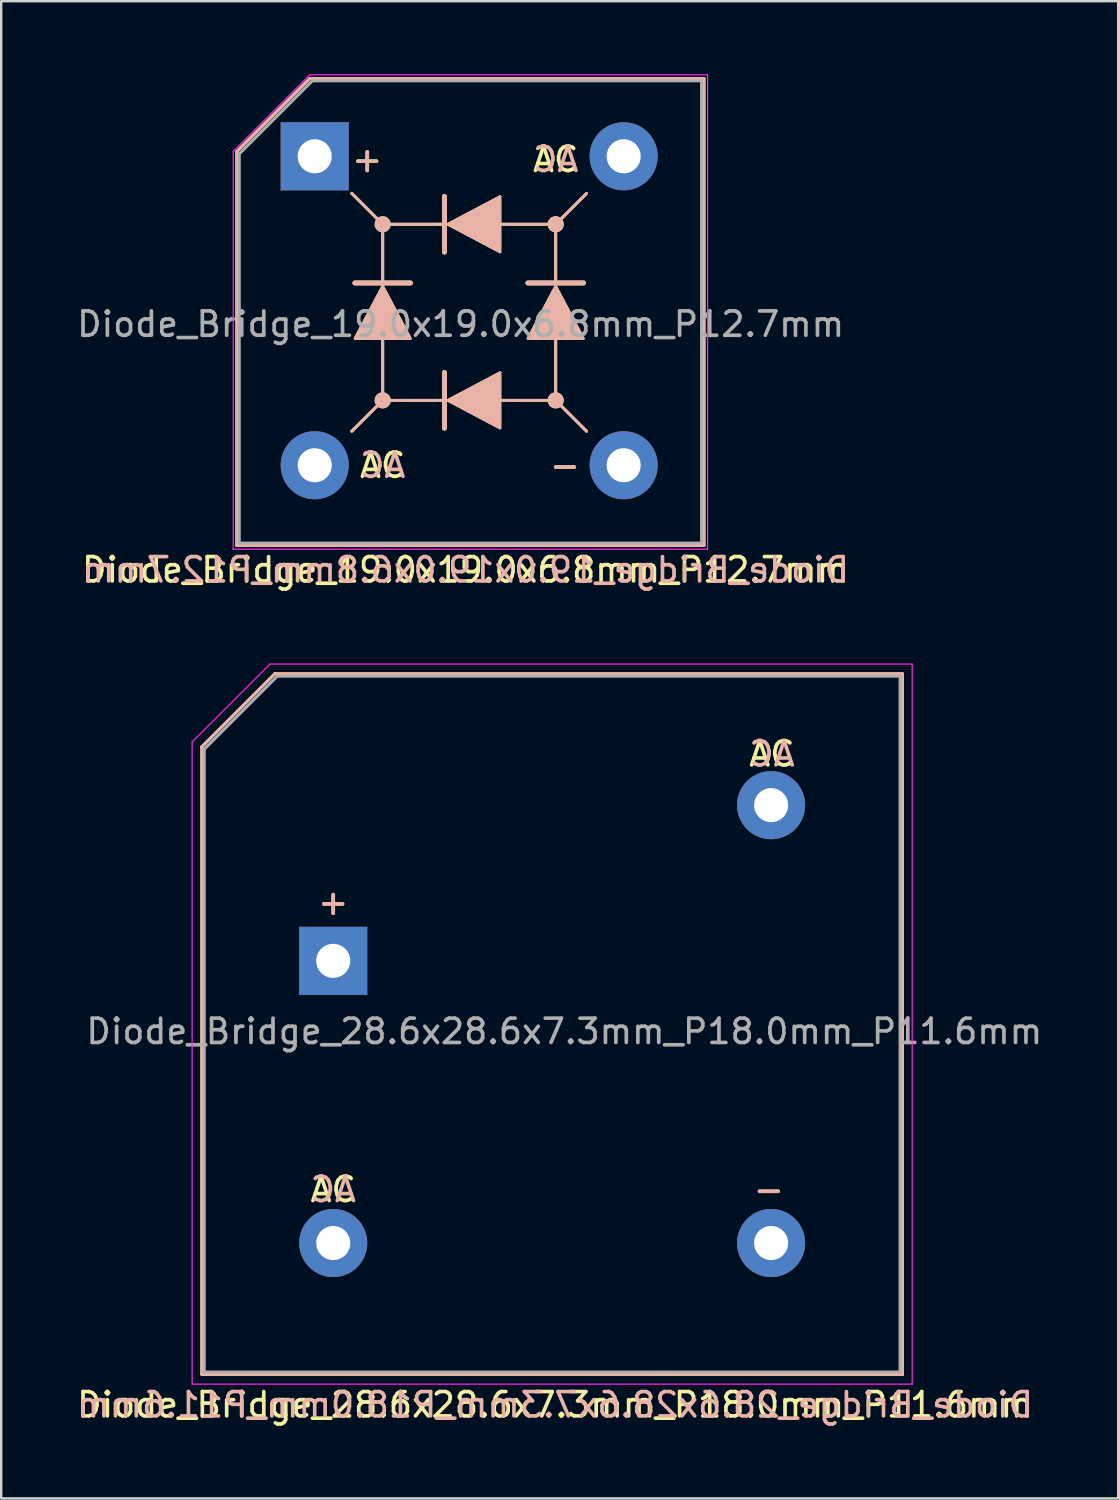
<source format=kicad_pcb>
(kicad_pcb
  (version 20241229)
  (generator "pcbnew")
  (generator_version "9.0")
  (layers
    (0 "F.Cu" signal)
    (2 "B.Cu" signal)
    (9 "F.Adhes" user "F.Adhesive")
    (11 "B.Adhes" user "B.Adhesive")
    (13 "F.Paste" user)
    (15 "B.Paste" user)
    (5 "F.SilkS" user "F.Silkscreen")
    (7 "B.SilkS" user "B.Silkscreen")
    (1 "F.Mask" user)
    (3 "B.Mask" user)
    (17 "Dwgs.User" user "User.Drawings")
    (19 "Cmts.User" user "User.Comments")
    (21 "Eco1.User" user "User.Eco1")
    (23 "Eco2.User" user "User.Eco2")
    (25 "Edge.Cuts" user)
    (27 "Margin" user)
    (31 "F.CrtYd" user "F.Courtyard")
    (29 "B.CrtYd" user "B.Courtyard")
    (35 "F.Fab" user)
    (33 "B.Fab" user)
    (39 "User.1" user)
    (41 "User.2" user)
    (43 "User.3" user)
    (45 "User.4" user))
  (footprint "Diode_Bridge_19.0x19.0x6.8mm_P12.7mm"
    (layer "F.Cu")
    (at 9.887 3.375)
    (property "Reference" "Diode_Bridge_19.0x19.0x6.8mm_P12.7mm" (at 6.2 17 180) (layer "F.SilkS") (effects (font (size 1 1) (thickness 0.15))))
    (fp_line (start -3.2 -0.2) (end -0.2 -3.2) (stroke (width 0.12) (type solid)) (layer "F.SilkS"))
    (fp_line (start -3.2 16) (end -3.2 -0.2) (stroke (width 0.12) (type solid)) (layer "F.SilkS"))
    (fp_line (start -0.2 -3.2) (end 16 -3.2) (stroke (width 0.12) (type solid)) (layer "F.SilkS"))
    (fp_line (start 1.524 1.524) (end 2.794 2.794) (stroke (width 0.12) (type solid)) (layer "F.SilkS"))
    (fp_line (start 1.524 11.303) (end 2.794 10.033) (stroke (width 0.12) (type solid)) (layer "F.SilkS"))
    (fp_line (start 2.794 5.207) (end 1.651 5.207) (stroke (width 0.2) (type solid)) (layer "F.SilkS"))
    (fp_line (start 2.794 5.207) (end 2.794 2.794) (stroke (width 0.12) (type solid)) (layer "F.SilkS"))
    (fp_line (start 2.794 10.033) (end 2.794 7.493) (stroke (width 0.12) (type solid)) (layer "F.SilkS"))
    (fp_line (start 3.937 5.207) (end 2.794 5.207) (stroke (width 0.2) (type solid)) (layer "F.SilkS"))
    (fp_line (start 5.334 1.651) (end 5.334 2.794) (stroke (width 0.2) (type solid)) (layer "F.SilkS"))
    (fp_line (start 5.334 2.794) (end 2.794 2.794) (stroke (width 0.12) (type solid)) (layer "F.SilkS"))
    (fp_line (start 5.334 2.794) (end 5.334 3.937) (stroke (width 0.2) (type solid)) (layer "F.SilkS"))
    (fp_line (start 5.334 8.89) (end 5.334 10.033) (stroke (width 0.2) (type solid)) (layer "F.SilkS"))
    (fp_line (start 5.334 10.033) (end 2.794 10.033) (stroke (width 0.12) (type solid)) (layer "F.SilkS"))
    (fp_line (start 5.334 10.033) (end 5.334 11.176) (stroke (width 0.2) (type solid)) (layer "F.SilkS"))
    (fp_line (start 9.906 2.794) (end 7.62 2.794) (stroke (width 0.12) (type solid)) (layer "F.SilkS"))
    (fp_line (start 9.906 5.207) (end 8.763 5.207) (stroke (width 0.2) (type solid)) (layer "F.SilkS"))
    (fp_line (start 9.906 5.207) (end 9.906 2.794) (stroke (width 0.12) (type solid)) (layer "F.SilkS"))
    (fp_line (start 9.906 10.033) (end 7.62 10.033) (stroke (width 0.12) (type solid)) (layer "F.SilkS"))
    (fp_line (start 9.906 10.033) (end 9.906 7.493) (stroke (width 0.12) (type solid)) (layer "F.SilkS"))
    (fp_line (start 11.049 5.207) (end 9.906 5.207) (stroke (width 0.2) (type solid)) (layer "F.SilkS"))
    (fp_line (start 11.176 1.524) (end 9.906 2.794) (stroke (width 0.12) (type solid)) (layer "F.SilkS"))
    (fp_line (start 11.176 11.303) (end 9.906 10.033) (stroke (width 0.12) (type solid)) (layer "F.SilkS"))
    (fp_line (start 16 -3.2) (end 16 16) (stroke (width 0.12) (type solid)) (layer "F.SilkS"))
    (fp_line (start 16 16) (end -3.2 16) (stroke (width 0.12) (type solid)) (layer "F.SilkS"))
    (fp_circle (center 2.794 2.794) (end 2.857 2.731) (stroke (width 0.12) (type solid)) (fill no) (layer "F.SilkS"))
    (fp_circle (center 2.794 2.794) (end 2.921 2.667) (stroke (width 0.12) (type solid)) (fill no) (layer "F.SilkS"))
    (fp_circle (center 2.794 2.794) (end 2.985 2.603) (stroke (width 0.12) (type solid)) (fill no) (layer "F.SilkS"))
    (fp_circle (center 2.794 10.033) (end 2.857 9.97) (stroke (width 0.12) (type solid)) (fill no) (layer "F.SilkS"))
    (fp_circle (center 2.794 10.033) (end 2.921 9.906) (stroke (width 0.12) (type solid)) (fill no) (layer "F.SilkS"))
    (fp_circle (center 2.794 10.033) (end 2.985 9.842) (stroke (width 0.12) (type solid)) (fill no) (layer "F.SilkS"))
    (fp_circle (center 9.906 2.794) (end 9.97 2.731) (stroke (width 0.12) (type solid)) (fill no) (layer "F.SilkS"))
    (fp_circle (center 9.906 2.794) (end 10.033 2.667) (stroke (width 0.12) (type solid)) (fill no) (layer "F.SilkS"))
    (fp_circle (center 9.906 2.794) (end 10.097 2.603) (stroke (width 0.12) (type solid)) (fill no) (layer "F.SilkS"))
    (fp_circle (center 9.906 10.033) (end 9.97 9.97) (stroke (width 0.12) (type solid)) (fill no) (layer "F.SilkS"))
    (fp_circle (center 9.906 10.033) (end 10.033 9.906) (stroke (width 0.12) (type solid)) (fill no) (layer "F.SilkS"))
    (fp_circle (center 9.906 10.033) (end 10.097 9.842) (stroke (width 0.12) (type solid)) (fill no) (layer "F.SilkS"))
    (fp_poly (pts (xy 3.937 7.493) (xy 1.651 7.493) (xy 2.794 5.334)) (stroke (width 0.1) (type solid)) (fill yes) (layer "F.SilkS"))
    (fp_poly (pts (xy 7.62 1.651) (xy 7.62 3.937) (xy 5.461 2.794)) (stroke (width 0.1) (type solid)) (fill yes) (layer "F.SilkS"))
    (fp_poly (pts (xy 7.62 8.89) (xy 7.62 11.176) (xy 5.461 10.033)) (stroke (width 0.1) (type solid)) (fill yes) (layer "F.SilkS"))
    (fp_poly (pts (xy 11.049 7.493) (xy 8.763 7.493) (xy 9.906 5.334)) (stroke (width 0.1) (type solid)) (fill yes) (layer "F.SilkS"))
    (fp_line (start -3.2 -0.2) (end -0.2 -3.2) (stroke (width 0.12) (type solid)) (layer "B.SilkS"))
    (fp_line (start -3.2 16) (end -3.2 -0.2) (stroke (width 0.12) (type solid)) (layer "B.SilkS"))
    (fp_line (start -0.2 -3.2) (end 16 -3.2) (stroke (width 0.12) (type solid)) (layer "B.SilkS"))
    (fp_line (start 1.524 1.524) (end 2.794 2.794) (stroke (width 0.12) (type solid)) (layer "B.SilkS"))
    (fp_line (start 1.524 11.303) (end 2.794 10.033) (stroke (width 0.12) (type solid)) (layer "B.SilkS"))
    (fp_line (start 2.794 5.207) (end 1.651 5.207) (stroke (width 0.2) (type solid)) (layer "B.SilkS"))
    (fp_line (start 2.794 5.207) (end 2.794 2.794) (stroke (width 0.12) (type solid)) (layer "B.SilkS"))
    (fp_line (start 2.794 10.033) (end 2.794 7.493) (stroke (width 0.12) (type solid)) (layer "B.SilkS"))
    (fp_line (start 3.937 5.207) (end 2.794 5.207) (stroke (width 0.2) (type solid)) (layer "B.SilkS"))
    (fp_line (start 5.334 1.651) (end 5.334 2.794) (stroke (width 0.2) (type solid)) (layer "B.SilkS"))
    (fp_line (start 5.334 2.794) (end 2.794 2.794) (stroke (width 0.12) (type solid)) (layer "B.SilkS"))
    (fp_line (start 5.334 2.794) (end 5.334 3.937) (stroke (width 0.2) (type solid)) (layer "B.SilkS"))
    (fp_line (start 5.334 8.89) (end 5.334 10.033) (stroke (width 0.2) (type solid)) (layer "B.SilkS"))
    (fp_line (start 5.334 10.033) (end 2.794 10.033) (stroke (width 0.12) (type solid)) (layer "B.SilkS"))
    (fp_line (start 5.334 10.033) (end 5.334 11.176) (stroke (width 0.2) (type solid)) (layer "B.SilkS"))
    (fp_line (start 9.906 2.794) (end 7.62 2.794) (stroke (width 0.12) (type solid)) (layer "B.SilkS"))
    (fp_line (start 9.906 5.207) (end 8.763 5.207) (stroke (width 0.2) (type solid)) (layer "B.SilkS"))
    (fp_line (start 9.906 5.207) (end 9.906 2.794) (stroke (width 0.12) (type solid)) (layer "B.SilkS"))
    (fp_line (start 9.906 10.033) (end 7.62 10.033) (stroke (width 0.12) (type solid)) (layer "B.SilkS"))
    (fp_line (start 9.906 10.033) (end 9.906 7.493) (stroke (width 0.12) (type solid)) (layer "B.SilkS"))
    (fp_line (start 11.049 5.207) (end 9.906 5.207) (stroke (width 0.2) (type solid)) (layer "B.SilkS"))
    (fp_line (start 11.176 1.524) (end 9.906 2.794) (stroke (width 0.12) (type solid)) (layer "B.SilkS"))
    (fp_line (start 11.176 11.303) (end 9.906 10.033) (stroke (width 0.12) (type solid)) (layer "B.SilkS"))
    (fp_line (start 16 -3.2) (end 16 16) (stroke (width 0.12) (type solid)) (layer "B.SilkS"))
    (fp_line (start 16 16) (end -3.2 16) (stroke (width 0.12) (type solid)) (layer "B.SilkS"))
    (fp_circle (center 2.794 2.794) (end 2.884 2.794) (stroke (width 0.12) (type solid)) (fill no) (layer "B.SilkS"))
    (fp_circle (center 2.794 2.794) (end 2.974 2.794) (stroke (width 0.12) (type solid)) (fill no) (layer "B.SilkS"))
    (fp_circle (center 2.794 2.794) (end 3.063 2.794) (stroke (width 0.12) (type solid)) (fill no) (layer "B.SilkS"))
    (fp_circle (center 2.794 10.033) (end 2.884 10.033) (stroke (width 0.12) (type solid)) (fill no) (layer "B.SilkS"))
    (fp_circle (center 2.794 10.033) (end 2.974 10.033) (stroke (width 0.12) (type solid)) (fill no) (layer "B.SilkS"))
    (fp_circle (center 2.794 10.033) (end 3.063 10.033) (stroke (width 0.12) (type solid)) (fill no) (layer "B.SilkS"))
    (fp_circle (center 9.906 2.794) (end 9.996 2.794) (stroke (width 0.12) (type solid)) (fill no) (layer "B.SilkS"))
    (fp_circle (center 9.906 2.794) (end 10.086 2.794) (stroke (width 0.12) (type solid)) (fill no) (layer "B.SilkS"))
    (fp_circle (center 9.906 2.794) (end 10.175 2.794) (stroke (width 0.12) (type solid)) (fill no) (layer "B.SilkS"))
    (fp_circle (center 9.906 10.033) (end 9.996 10.033) (stroke (width 0.12) (type solid)) (fill no) (layer "B.SilkS"))
    (fp_circle (center 9.906 10.033) (end 10.086 10.033) (stroke (width 0.12) (type solid)) (fill no) (layer "B.SilkS"))
    (fp_circle (center 9.906 10.033) (end 10.175 10.033) (stroke (width 0.12) (type solid)) (fill no) (layer "B.SilkS"))
    (fp_poly (pts (xy 3.937 7.493) (xy 1.651 7.493) (xy 2.794 5.334)) (stroke (width 0.1) (type solid)) (fill yes) (layer "B.SilkS"))
    (fp_poly (pts (xy 7.62 1.651) (xy 7.62 3.937) (xy 5.461 2.794)) (stroke (width 0.1) (type solid)) (fill yes) (layer "B.SilkS"))
    (fp_poly (pts (xy 7.62 8.89) (xy 7.62 11.176) (xy 5.461 10.033)) (stroke (width 0.1) (type solid)) (fill yes) (layer "B.SilkS"))
    (fp_poly (pts (xy 11.049 7.493) (xy 8.763 7.493) (xy 9.906 5.334)) (stroke (width 0.1) (type solid)) (fill yes) (layer "B.SilkS"))
    (fp_line (start -3.35 -0.2) (end -3.35 16.15) (stroke (width 0.05) (type solid)) (layer "F.CrtYd"))
    (fp_line (start -3.35 16.15) (end 16.15 16.15) (stroke (width 0.05) (type solid)) (layer "F.CrtYd"))
    (fp_line (start -0.2 -3.35) (end -3.35 -0.2) (stroke (width 0.05) (type solid)) (layer "F.CrtYd"))
    (fp_line (start 16.15 -3.35) (end -0.2 -3.35) (stroke (width 0.05) (type solid)) (layer "F.CrtYd"))
    (fp_line (start 16.15 16.15) (end 16.15 -3.35) (stroke (width 0.05) (type solid)) (layer "F.CrtYd"))
    (fp_line (start -3.1 -0.1) (end -0.1 -3.1) (stroke (width 0.12) (type solid)) (layer "F.Fab"))
    (fp_line (start -3.1 15.9) (end -3.1 -0.1) (stroke (width 0.12) (type solid)) (layer "F.Fab"))
    (fp_line (start -0.1 -3.1) (end 15.9 -3.1) (stroke (width 0.12) (type solid)) (layer "F.Fab"))
    (fp_line (start 15.9 -3.1) (end 15.9 15.9) (stroke (width 0.12) (type solid)) (layer "F.Fab"))
    (fp_line (start 15.9 15.9) (end -3.1 15.9) (stroke (width 0.12) (type solid)) (layer "F.Fab"))
    (fp_text user "-" (at 10.287 12.7 0) (layer "F.SilkS") (effects (font (size 1 1) (thickness 0.15))))
    (fp_text user "+" (at 2.159 0.127 0) (layer "F.SilkS") (effects (font (size 1 1) (thickness 0.15))))
    (fp_text user "AC" (at 2.794 12.7 0) (layer "F.SilkS") (effects (font (size 1 1) (thickness 0.15))))
    (fp_text user "AC" (at 9.906 0.127 0) (layer "F.SilkS") (effects (font (size 1 1) (thickness 0.15))))
    (fp_text user "-" (at 10.287 12.7 0) (layer "B.SilkS") (effects (font (size 1 1) (thickness 0.15)) (justify mirror)))
    (fp_text user "+" (at 2.159 0.127 0) (layer "B.SilkS") (effects (font (size 1 1) (thickness 0.15)) (justify mirror)))
    (fp_text user "AC" (at 2.794 12.7 0) (layer "B.SilkS") (effects (font (size 1 1) (thickness 0.15)) (justify mirror)))
    (fp_text user "AC" (at 9.906 0.127 0) (layer "B.SilkS") (effects (font (size 1 1) (thickness 0.15)) (justify mirror)))
    (fp_text user "${REFERENCE}" (at 6.2 17 0) (layer "B.SilkS") (effects (font (size 1 1) (thickness 0.15)) (justify mirror)))
    (fp_text user "${REFERENCE}" (at 6 6.9 180) (layer "F.Fab") (effects (font (size 1 1) (thickness 0.15))))
    (pad "1" thru_hole rect (at 0 0 180) (size 2.8 2.8) (drill 1.4) (layers "*.Cu" "*.Mask"))
    (pad "2" thru_hole circle (at 0 12.7 180) (size 2.8 2.8) (drill 1.4) (layers "*.Cu" "*.Mask"))
    (pad "3" thru_hole circle (at 12.7 12.7 180) (size 2.8 2.8) (drill 1.4) (layers "*.Cu" "*.Mask"))
    (pad "4" thru_hole circle (at 12.7 0 180) (size 2.8 2.8) (drill 1.4) (layers "*.Cu" "*.Mask")))
  (footprint "Diode_Bridge_28.6x28.6x7.3mm_P18.0mm_P11.6mm"
    (layer "F.Cu")
    (at 10.648 36.448)
    (property "Reference" "Diode_Bridge_28.6x28.6x7.3mm_P18.0mm_P11.6mm" (at 9.12 18.25 180) (layer "F.SilkS") (effects (font (size 1 1) (thickness 0.15))))
    (fp_line (start -5.4 -8.8) (end -5.4 17) (stroke (width 0.12) (type solid)) (layer "F.SilkS"))
    (fp_line (start -5.4 17) (end 23.4 17) (stroke (width 0.12) (type solid)) (layer "F.SilkS"))
    (fp_line (start -2.4 -11.8) (end -5.4 -8.8) (stroke (width 0.12) (type solid)) (layer "F.SilkS"))
    (fp_line (start 23.4 -11.8) (end -2.4 -11.8) (stroke (width 0.12) (type solid)) (layer "F.SilkS"))
    (fp_line (start 23.4 17) (end 23.4 -11.8) (stroke (width 0.12) (type solid)) (layer "F.SilkS"))
    (fp_line (start -5.4 -8.8) (end -5.4 17) (stroke (width 0.12) (type solid)) (layer "B.SilkS"))
    (fp_line (start -5.4 17) (end 23.4 17) (stroke (width 0.12) (type solid)) (layer "B.SilkS"))
    (fp_line (start -2.4 -11.8) (end -5.4 -8.8) (stroke (width 0.12) (type solid)) (layer "B.SilkS"))
    (fp_line (start 23.4 -11.8) (end -2.4 -11.8) (stroke (width 0.12) (type solid)) (layer "B.SilkS"))
    (fp_line (start 23.4 17) (end 23.4 -11.8) (stroke (width 0.12) (type solid)) (layer "B.SilkS"))
    (fp_line (start -5.8 -9) (end -5.8 17.4) (stroke (width 0.05) (type solid)) (layer "F.CrtYd"))
    (fp_line (start -5.8 17.4) (end 23.8 17.4) (stroke (width 0.05) (type solid)) (layer "F.CrtYd"))
    (fp_line (start -2.6 -12.2) (end -5.8 -9) (stroke (width 0.05) (type solid)) (layer "F.CrtYd"))
    (fp_line (start 23.8 -12.2) (end -2.6 -12.2) (stroke (width 0.05) (type solid)) (layer "F.CrtYd"))
    (fp_line (start 23.8 17.4) (end 23.8 -12.2) (stroke (width 0.05) (type solid)) (layer "F.CrtYd"))
    (fp_line (start -5.3 -8.7) (end -5.3 16.9) (stroke (width 0.12) (type solid)) (layer "F.Fab"))
    (fp_line (start -5.3 16.9) (end 23.3 16.9) (stroke (width 0.12) (type solid)) (layer "F.Fab"))
    (fp_line (start -2.3 -11.7) (end -5.3 -8.7) (stroke (width 0.12) (type solid)) (layer "F.Fab"))
    (fp_line (start 23.3 -11.7) (end -2.3 -11.7) (stroke (width 0.12) (type solid)) (layer "F.Fab"))
    (fp_line (start 23.3 16.9) (end 23.3 -11.7) (stroke (width 0.12) (type solid)) (layer "F.Fab"))
    (fp_text user "-" (at 17.907 9.398 0) (layer "F.SilkS") (effects (font (size 1 1) (thickness 0.15))))
    (fp_text user "+" (at 0 -2.413 0) (layer "F.SilkS") (effects (font (size 1 1) (thickness 0.15))))
    (fp_text user "AC" (at 18.034 -8.509 0) (layer "F.SilkS") (effects (font (size 1 1) (thickness 0.15))))
    (fp_text user "AC" (at 0 9.398 0) (layer "F.SilkS") (effects (font (size 1 1) (thickness 0.15))))
    (fp_text user "AC" (at 0 9.398 0) (layer "B.SilkS") (effects (font (size 1 1) (thickness 0.15)) (justify mirror)))
    (fp_text user "+" (at 0 -2.413 0) (layer "B.SilkS") (effects (font (size 1 1) (thickness 0.15)) (justify mirror)))
    (fp_text user "-" (at 17.907 9.398 0) (layer "B.SilkS") (effects (font (size 1 1) (thickness 0.15)) (justify mirror)))
    (fp_text user "${REFERENCE}" (at 9.12 18.25 0) (layer "B.SilkS") (effects (font (size 1 1) (thickness 0.15)) (justify mirror)))
    (fp_text user "AC" (at 18.034 -8.509 0) (layer "B.SilkS") (effects (font (size 1 1) (thickness 0.15)) (justify mirror)))
    (fp_text user "${REFERENCE}" (at 9.5 2.9 180) (layer "F.Fab") (effects (font (size 1 1) (thickness 0.15))))
    (pad "1" thru_hole rect (at 0 0 180) (size 2.8 2.8) (drill 1.4) (layers "*.Cu" "*.Mask"))
    (pad "2" thru_hole circle (at 0 11.6 180) (size 2.8 2.8) (drill 1.4) (layers "*.Cu" "*.Mask"))
    (pad "3" thru_hole circle (at 18 11.6 180) (size 2.8 2.8) (drill 1.4) (layers "*.Cu" "*.Mask"))
    (pad "4" thru_hole circle (at 18 -6.4 180) (size 2.8 2.8) (drill 1.4) (layers "*.Cu" "*.Mask")))
  (gr_rect
    (start -3 -3)
    (end 42.916 58.547)
    (stroke (width 0.1) (type default))
    (fill no)
    (layer "Edge.Cuts")))
</source>
